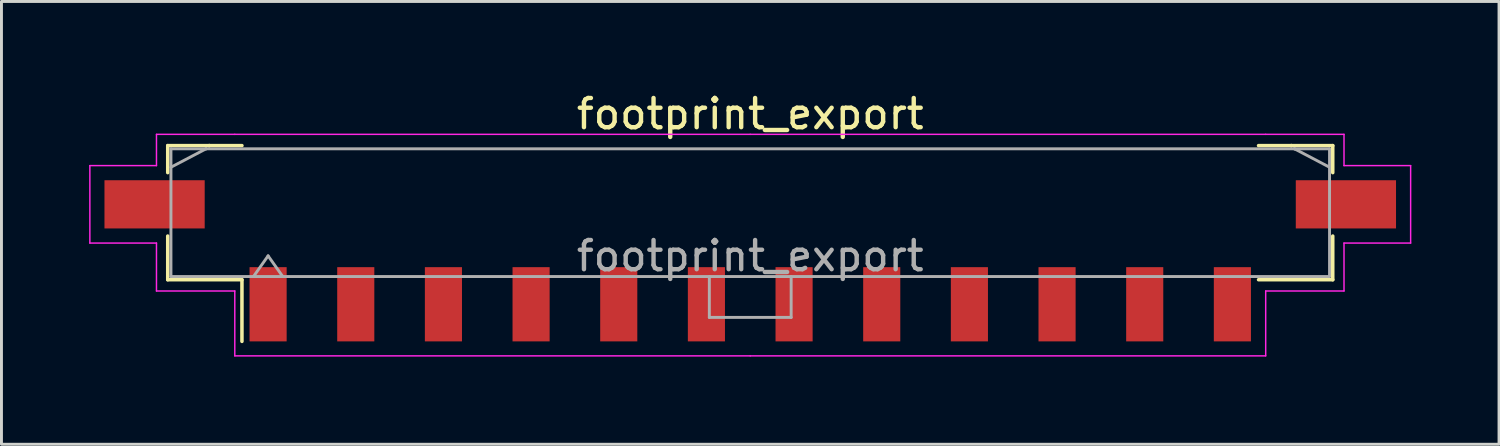
<source format=kicad_pcb>
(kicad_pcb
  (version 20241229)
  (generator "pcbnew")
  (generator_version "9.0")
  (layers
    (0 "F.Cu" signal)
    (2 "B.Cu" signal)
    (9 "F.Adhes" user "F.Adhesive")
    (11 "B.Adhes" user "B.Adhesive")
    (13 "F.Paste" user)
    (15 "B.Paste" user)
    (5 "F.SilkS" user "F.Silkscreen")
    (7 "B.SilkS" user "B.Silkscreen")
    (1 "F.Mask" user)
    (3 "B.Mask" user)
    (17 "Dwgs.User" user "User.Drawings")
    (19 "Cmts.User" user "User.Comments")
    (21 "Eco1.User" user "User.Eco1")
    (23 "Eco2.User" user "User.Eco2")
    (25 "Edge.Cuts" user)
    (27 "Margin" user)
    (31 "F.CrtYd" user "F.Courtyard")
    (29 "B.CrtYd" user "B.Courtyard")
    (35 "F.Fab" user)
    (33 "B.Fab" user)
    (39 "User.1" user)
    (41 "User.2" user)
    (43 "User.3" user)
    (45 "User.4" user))
  (footprint "footprint_export"
    (layer "F.Cu")
    (at 22.625 4.228)
    (property "Reference" "footprint_export" (at 0 -3.38 0) (layer "F.SilkS") (effects (font (size 1 1) (thickness 0.15))))
    (attr smd)
    (fp_line (start -19.935 -2.295) (end -18.515 -2.295) (stroke (width 0.12) (type solid)) (layer "F.SilkS"))
    (fp_line (start -19.935 -1.37) (end -19.935 -2.295) (stroke (width 0.12) (type solid)) (layer "F.SilkS"))
    (fp_line (start -19.935 0.8) (end -19.935 2.295) (stroke (width 0.12) (type solid)) (layer "F.SilkS"))
    (fp_line (start -19.935 2.295) (end -17.395 2.295) (stroke (width 0.12) (type solid)) (layer "F.SilkS"))
    (fp_line (start -18.515 -2.295) (end -18.515 -2.295) (stroke (width 0.12) (type solid)) (layer "F.SilkS"))
    (fp_line (start -18.515 -2.295) (end -17.395 -2.295) (stroke (width 0.12) (type solid)) (layer "F.SilkS"))
    (fp_line (start -17.395 2.295) (end -17.395 4.405) (stroke (width 0.12) (type solid)) (layer "F.SilkS"))
    (fp_line (start 18.515 -2.295) (end 17.395 -2.295) (stroke (width 0.12) (type solid)) (layer "F.SilkS"))
    (fp_line (start 18.515 -2.295) (end 18.515 -2.295) (stroke (width 0.12) (type solid)) (layer "F.SilkS"))
    (fp_line (start 19.935 -2.295) (end 18.515 -2.295) (stroke (width 0.12) (type solid)) (layer "F.SilkS"))
    (fp_line (start 19.935 -1.37) (end 19.935 -2.295) (stroke (width 0.12) (type solid)) (layer "F.SilkS"))
    (fp_line (start 19.935 0.8) (end 19.935 2.295) (stroke (width 0.12) (type solid)) (layer "F.SilkS"))
    (fp_line (start 19.935 2.295) (end 17.395 2.295) (stroke (width 0.12) (type solid)) (layer "F.SilkS"))
    (fp_line (start -22.6 -1.61) (end -22.6 1.04) (stroke (width 0.05) (type solid)) (layer "F.CrtYd"))
    (fp_line (start -22.6 1.04) (end -20.32 1.04) (stroke (width 0.05) (type solid)) (layer "F.CrtYd"))
    (fp_line (start -20.32 -2.68) (end -20.32 -1.61) (stroke (width 0.05) (type solid)) (layer "F.CrtYd"))
    (fp_line (start -20.32 -1.61) (end -22.6 -1.61) (stroke (width 0.05) (type solid)) (layer "F.CrtYd"))
    (fp_line (start -20.32 1.04) (end -20.32 2.68) (stroke (width 0.05) (type solid)) (layer "F.CrtYd"))
    (fp_line (start -20.32 2.68) (end -17.64 2.68) (stroke (width 0.05) (type solid)) (layer "F.CrtYd"))
    (fp_line (start -17.64 -2.68) (end -20.32 -2.68) (stroke (width 0.05) (type solid)) (layer "F.CrtYd"))
    (fp_line (start -17.64 2.68) (end -17.64 4.9) (stroke (width 0.05) (type solid)) (layer "F.CrtYd"))
    (fp_line (start -17.64 4.9) (end 0 4.9) (stroke (width 0.05) (type solid)) (layer "F.CrtYd"))
    (fp_line (start 0 -2.68) (end -17.64 -2.68) (stroke (width 0.05) (type solid)) (layer "F.CrtYd"))
    (fp_line (start 0 -2.68) (end 17.64 -2.68) (stroke (width 0.05) (type solid)) (layer "F.CrtYd"))
    (fp_line (start 17.64 -2.68) (end 20.32 -2.68) (stroke (width 0.05) (type solid)) (layer "F.CrtYd"))
    (fp_line (start 17.64 2.68) (end 17.64 4.9) (stroke (width 0.05) (type solid)) (layer "F.CrtYd"))
    (fp_line (start 17.64 4.9) (end 0 4.9) (stroke (width 0.05) (type solid)) (layer "F.CrtYd"))
    (fp_line (start 20.32 -2.68) (end 20.32 -1.61) (stroke (width 0.05) (type solid)) (layer "F.CrtYd"))
    (fp_line (start 20.32 -1.61) (end 22.6 -1.61) (stroke (width 0.05) (type solid)) (layer "F.CrtYd"))
    (fp_line (start 20.32 1.04) (end 20.32 2.68) (stroke (width 0.05) (type solid)) (layer "F.CrtYd"))
    (fp_line (start 20.32 2.68) (end 17.64 2.68) (stroke (width 0.05) (type solid)) (layer "F.CrtYd"))
    (fp_line (start 22.6 -1.61) (end 22.6 1.04) (stroke (width 0.05) (type solid)) (layer "F.CrtYd"))
    (fp_line (start 22.6 1.04) (end 20.32 1.04) (stroke (width 0.05) (type solid)) (layer "F.CrtYd"))
    (fp_line (start -19.825 -2.185) (end -19.825 2.185) (stroke (width 0.1) (type solid)) (layer "F.Fab"))
    (fp_line (start -19.825 -1.555) (end -18.625 -2.185) (stroke (width 0.1) (type solid)) (layer "F.Fab"))
    (fp_line (start -19.825 2.185) (end 19.825 2.185) (stroke (width 0.1) (type solid)) (layer "F.Fab"))
    (fp_line (start -18.625 -2.185) (end -19.825 -2.185) (stroke (width 0.1) (type solid)) (layer "F.Fab"))
    (fp_line (start -18.625 -2.185) (end -18.625 -2.185) (stroke (width 0.1) (type solid)) (layer "F.Fab"))
    (fp_line (start -17 2.185) (end -16.5 1.478) (stroke (width 0.1) (type solid)) (layer "F.Fab"))
    (fp_line (start -16.5 1.478) (end -16 2.185) (stroke (width 0.1) (type solid)) (layer "F.Fab"))
    (fp_line (start -1.4 2.185) (end -1.4 3.585) (stroke (width 0.1) (type solid)) (layer "F.Fab"))
    (fp_line (start -1.4 3.585) (end 1.4 3.585) (stroke (width 0.1) (type solid)) (layer "F.Fab"))
    (fp_line (start 1.4 3.585) (end 1.4 2.185) (stroke (width 0.1) (type solid)) (layer "F.Fab"))
    (fp_line (start 18.625 -2.185) (end -18.625 -2.185) (stroke (width 0.1) (type solid)) (layer "F.Fab"))
    (fp_line (start 18.625 -2.185) (end 18.625 -2.185) (stroke (width 0.1) (type solid)) (layer "F.Fab"))
    (fp_line (start 19.825 -2.185) (end 18.625 -2.185) (stroke (width 0.1) (type solid)) (layer "F.Fab"))
    (fp_line (start 19.825 -1.555) (end 18.625 -2.185) (stroke (width 0.1) (type solid)) (layer "F.Fab"))
    (fp_line (start 19.825 2.185) (end 19.825 -2.185) (stroke (width 0.1) (type solid)) (layer "F.Fab"))
    (fp_text user "${REFERENCE}" (at 0 1.48 0) (layer "F.Fab") (effects (font (size 1 1) (thickness 0.15))))
    (pad "1" smd rect (at -16.5 3.135) (size 1.27 2.54) (layers "F.Cu" "F.Mask" "F.Paste"))
    (pad "2" smd rect (at -13.5 3.135) (size 1.27 2.54) (layers "F.Cu" "F.Mask" "F.Paste"))
    (pad "3" smd rect (at -10.5 3.135) (size 1.27 2.54) (layers "F.Cu" "F.Mask" "F.Paste"))
    (pad "4" smd rect (at -7.5 3.135) (size 1.27 2.54) (layers "F.Cu" "F.Mask" "F.Paste"))
    (pad "5" smd rect (at -4.5 3.135) (size 1.27 2.54) (layers "F.Cu" "F.Mask" "F.Paste"))
    (pad "6" smd rect (at -1.5 3.135) (size 1.27 2.54) (layers "F.Cu" "F.Mask" "F.Paste"))
    (pad "7" smd rect (at 1.5 3.135) (size 1.27 2.54) (layers "F.Cu" "F.Mask" "F.Paste"))
    (pad "8" smd rect (at 4.5 3.135) (size 1.27 2.54) (layers "F.Cu" "F.Mask" "F.Paste"))
    (pad "9" smd rect (at 7.5 3.135) (size 1.27 2.54) (layers "F.Cu" "F.Mask" "F.Paste"))
    (pad "10" smd rect (at 10.5 3.135) (size 1.27 2.54) (layers "F.Cu" "F.Mask" "F.Paste"))
    (pad "11" smd rect (at 13.5 3.135) (size 1.27 2.54) (layers "F.Cu" "F.Mask" "F.Paste"))
    (pad "12" smd rect (at 16.5 3.135) (size 1.27 2.54) (layers "F.Cu" "F.Mask" "F.Paste"))
    (pad "MP" smd rect (at -20.385 -0.285) (size 3.43 1.65) (layers "F.Cu" "F.Mask" "F.Paste"))
    (pad "MP" smd rect (at 20.385 -0.285) (size 3.43 1.65) (layers "F.Cu" "F.Mask" "F.Paste")))
  (gr_rect
    (start -3 -3)
    (end 48.25 12.153)
    (stroke (width 0.1) (type default))
    (fill no)
    (layer "Edge.Cuts")))
</source>
